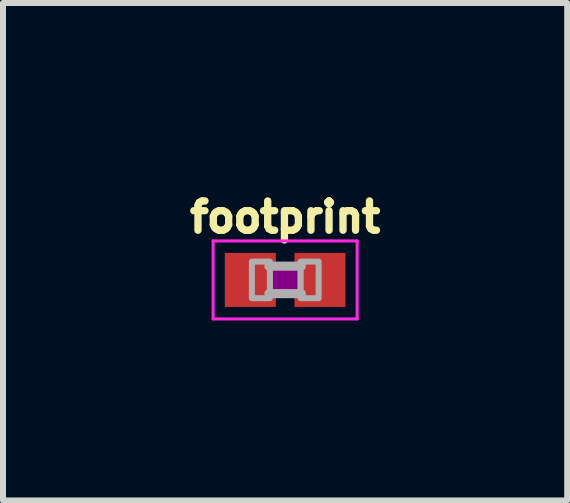
<source format=kicad_pcb>
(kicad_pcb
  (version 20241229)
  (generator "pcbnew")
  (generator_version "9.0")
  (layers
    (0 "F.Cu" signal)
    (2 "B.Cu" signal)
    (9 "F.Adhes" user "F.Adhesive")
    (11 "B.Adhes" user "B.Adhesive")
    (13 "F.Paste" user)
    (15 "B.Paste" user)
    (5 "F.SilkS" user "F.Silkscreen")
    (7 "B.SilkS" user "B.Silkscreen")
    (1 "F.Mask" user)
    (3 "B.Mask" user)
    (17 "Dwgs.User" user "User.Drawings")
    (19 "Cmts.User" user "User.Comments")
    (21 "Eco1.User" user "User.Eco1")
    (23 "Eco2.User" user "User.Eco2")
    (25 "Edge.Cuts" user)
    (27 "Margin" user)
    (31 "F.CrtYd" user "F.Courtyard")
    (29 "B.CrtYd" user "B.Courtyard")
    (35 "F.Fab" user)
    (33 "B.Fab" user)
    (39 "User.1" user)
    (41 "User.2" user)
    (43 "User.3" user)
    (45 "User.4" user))
  (footprint "footprint"
    (layer "F.Cu")
    (at 1.702 1.615)
    (property "Reference" "footprint" (at 0 -0.762 0) (layer "F.SilkS") (effects (font (size 0.488 0.488) (thickness 0.122)) (justify bottom)))
    (fp_poly (pts (xy -0.2 0.3) (xy 0.2 0.3) (xy 0.2 -0.3) (xy -0.2 -0.3)) (stroke (width 0) (type solid)) (fill yes) (layer "F.Adhes"))
    (fp_line (start -1.2 -0.65) (end 1.2 -0.65) (stroke (width 0.051) (type solid)) (layer "F.CrtYd"))
    (fp_line (start -1.2 0.65) (end -1.2 -0.65) (stroke (width 0.051) (type solid)) (layer "F.CrtYd"))
    (fp_line (start 1.2 -0.65) (end 1.2 0.65) (stroke (width 0.051) (type solid)) (layer "F.CrtYd"))
    (fp_line (start 1.2 0.65) (end -1.2 0.65) (stroke (width 0.051) (type solid)) (layer "F.CrtYd"))
    (fp_line (start -0.27 -0.229) (end 0.27 -0.229) (stroke (width 0.152) (type solid)) (layer "F.Fab"))
    (fp_line (start 0.27 0.229) (end -0.27 0.229) (stroke (width 0.152) (type solid)) (layer "F.Fab"))
    (fp_poly (pts (xy -0.554 0.305) (xy -0.254 0.305) (xy -0.254 -0.305) (xy -0.554 -0.305)) (stroke (width 0.1) (type solid)) (fill no) (layer "F.Fab"))
    (fp_poly (pts (xy 0.259 0.305) (xy 0.559 0.305) (xy 0.559 -0.305) (xy 0.259 -0.305)) (stroke (width 0.1) (type solid)) (fill no) (layer "F.Fab"))
    (pad "1" smd rect (at -0.58 0) (size 0.85 0.9) (layers "F.Cu" "F.Mask" "F.Paste"))
    (pad "2" smd rect (at 0.58 0) (size 0.85 0.9) (layers "F.Cu" "F.Mask" "F.Paste")))
  (gr_rect
    (start -3 -3)
    (end 6.403 5.291)
    (stroke (width 0.1) (type default))
    (fill no)
    (layer "Edge.Cuts")))
</source>
